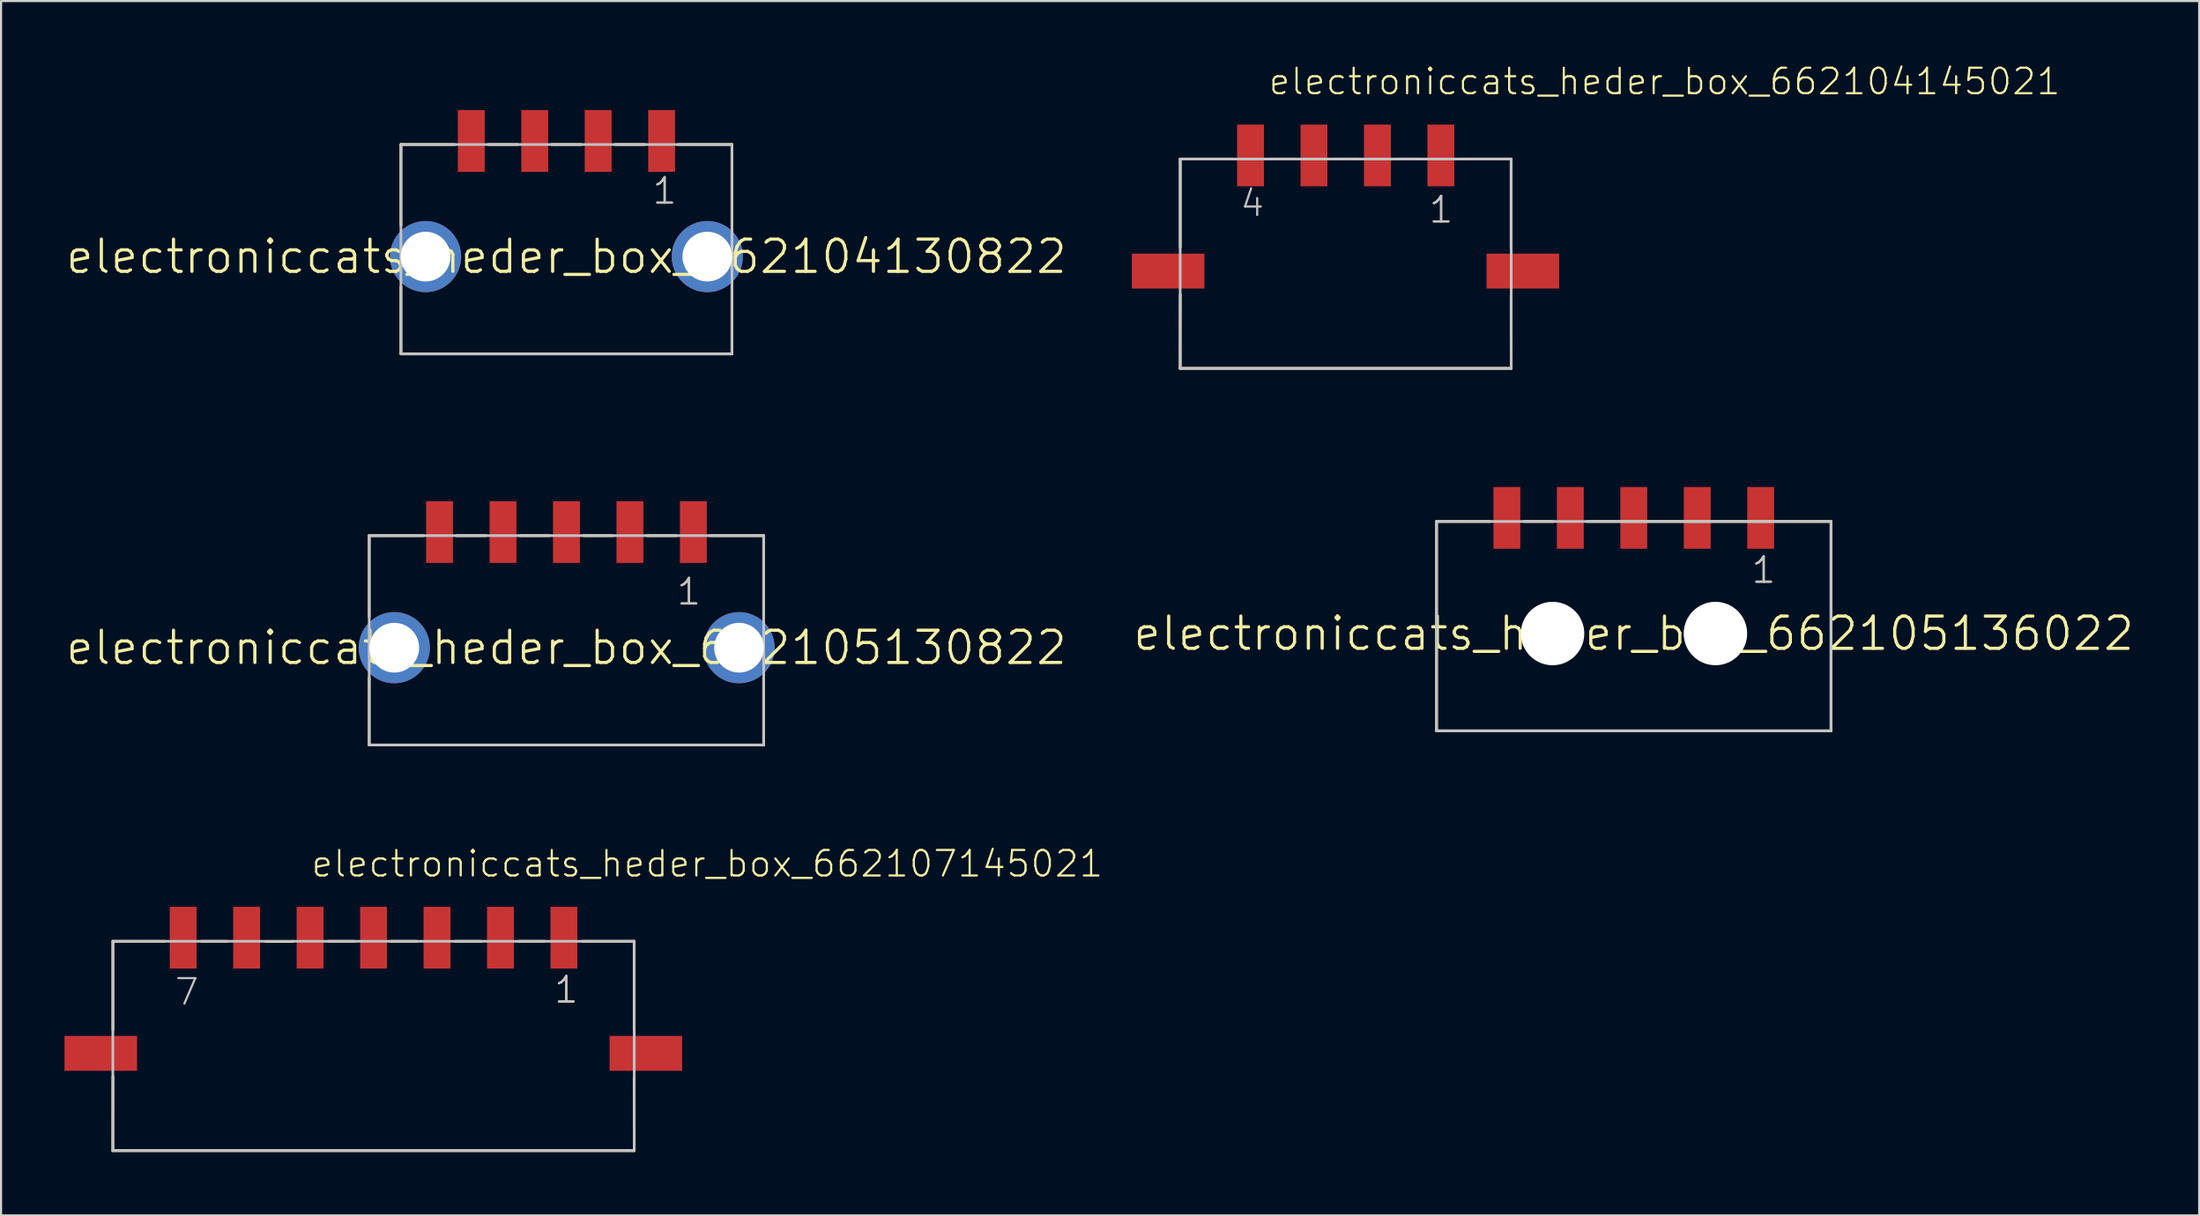
<source format=kicad_pcb>
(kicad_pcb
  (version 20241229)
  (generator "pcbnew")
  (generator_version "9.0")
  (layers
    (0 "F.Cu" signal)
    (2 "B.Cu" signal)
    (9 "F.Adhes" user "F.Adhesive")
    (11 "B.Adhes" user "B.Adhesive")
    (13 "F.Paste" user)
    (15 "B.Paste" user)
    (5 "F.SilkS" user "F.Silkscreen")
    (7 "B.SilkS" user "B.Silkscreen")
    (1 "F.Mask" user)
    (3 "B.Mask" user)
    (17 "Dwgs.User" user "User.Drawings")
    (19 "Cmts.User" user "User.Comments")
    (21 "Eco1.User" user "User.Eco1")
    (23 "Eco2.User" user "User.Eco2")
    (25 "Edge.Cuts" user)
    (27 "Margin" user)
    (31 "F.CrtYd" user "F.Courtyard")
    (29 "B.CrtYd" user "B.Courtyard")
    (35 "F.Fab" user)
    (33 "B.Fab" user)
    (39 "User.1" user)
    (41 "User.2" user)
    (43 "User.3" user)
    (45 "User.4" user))
  (footprint "electroniccats_heder_box_662105136022"
    (layer "F.Cu")
    (at 74.193 26.911)
    (property "Reference" "electroniccats_heder_box_662105136022" (at 0 0 0) (layer "F.SilkS") (effects (font (size 1.524 1.524) (thickness 0.15))))
    (attr through_hole)
    (fp_line (start -9.33 4.56) (end -9.325 4.56) (stroke (width 0.127) (type solid)) (layer "F.SilkS"))
    (fp_line (start -9.325 -5.3) (end -9.325 4.6) (stroke (width 0.127) (type solid)) (layer "F.SilkS"))
    (fp_line (start -9.325 4.6) (end 9.325 4.6) (stroke (width 0.127) (type solid)) (layer "F.SilkS"))
    (fp_line (start -6.78 -5.3) (end -9.325 -5.3) (stroke (width 0.127) (type solid)) (layer "F.SilkS"))
    (fp_line (start -5.2 -5.3) (end -3.8 -5.3) (stroke (width 0.127) (type solid)) (layer "F.SilkS"))
    (fp_line (start 9.325 -5.3) (end -2.22 -5.3) (stroke (width 0.127) (type solid)) (layer "F.SilkS"))
    (fp_line (start 9.325 4.6) (end 9.325 -5.3) (stroke (width 0.127) (type solid)) (layer "F.SilkS"))
    (fp_line (start -9.325 -5.3) (end 9.325 -5.3) (stroke (width 0.127) (type solid)) (layer "Dwgs.User"))
    (fp_line (start -9.325 4.56) (end -9.325 -5.3) (stroke (width 0.127) (type solid)) (layer "Dwgs.User"))
    (fp_line (start -9.325 4.6) (end 9.325 4.6) (stroke (width 0.127) (type solid)) (layer "Dwgs.User"))
    (fp_line (start 9.325 -5.3) (end 9.325 4.6) (stroke (width 0.127) (type solid)) (layer "Dwgs.User"))
    (fp_text user "" (at -1.36 6.36 0) (layer "F.SilkS") (effects (font (size 1.206 1.206) (thickness 0.102)) (justify left bottom)))
    (fp_text user "1" (at 5.5 -2.3 0) (layer "F.SilkS") (effects (font (size 1.206 1.206) (thickness 0.102)) (justify left bottom)))
    (fp_text user "" (at -3.56 -8.11 0) (layer "F.SilkS") (effects (font (size 1.206 1.206) (thickness 0.102)) (justify left bottom)))
    (fp_text user "1" (at 5.5 -2.3 0) (layer "Dwgs.User") (effects (font (size 1.206 1.206) (thickness 0.102)) (justify left bottom)))
    (pad "" np_thru_hole circle (at -3.84 0) (size 3 3) (drill 3) (layers "*.Cu"))
    (pad "" np_thru_hole circle (at 3.86 0) (size 3 3) (drill 3) (layers "*.Cu"))
    (pad "1" smd rect (at 6 -5.47 90) (size 2.92 1.27) (layers "F.Cu" "F.Mask" "F.Paste"))
    (pad "2" smd rect (at 3 -5.47 90) (size 2.92 1.27) (layers "F.Cu" "F.Mask" "F.Paste"))
    (pad "3" smd rect (at 0 -5.47 90) (size 2.92 1.27) (layers "F.Cu" "F.Mask" "F.Paste"))
    (pad "4" smd rect (at -3 -5.47 90) (size 2.92 1.27) (layers "F.Cu" "F.Mask" "F.Paste"))
    (pad "5" smd rect (at -6 -5.47 90) (size 2.92 1.27) (layers "F.Cu" "F.Mask" "F.Paste")))
  (footprint "electroniccats_heder_box_662104130822"
    (layer "F.Cu")
    (at 23.731 9.085)
    (property "Reference" "electroniccats_heder_box_662104130822" (at 0 0 0) (layer "F.SilkS") (effects (font (size 1.524 1.524) (thickness 0.15))))
    (attr through_hole)
    (fp_line (start -7.83 4.56) (end -7.825 4.56) (stroke (width 0.127) (type solid)) (layer "F.SilkS"))
    (fp_line (start -7.825 -1.47) (end -7.825 -5.3) (stroke (width 0.127) (type solid)) (layer "F.SilkS"))
    (fp_line (start -7.825 1.43) (end -7.825 4.6) (stroke (width 0.127) (type solid)) (layer "F.SilkS"))
    (fp_line (start -7.825 4.6) (end 7.825 4.6) (stroke (width 0.127) (type solid)) (layer "F.SilkS"))
    (fp_line (start -5.28 -5.3) (end -7.825 -5.3) (stroke (width 0.127) (type solid)) (layer "F.SilkS"))
    (fp_line (start -3.7 -5.3) (end -2.3 -5.3) (stroke (width 0.127) (type solid)) (layer "F.SilkS"))
    (fp_line (start -0.7 -5.3) (end 0.7 -5.3) (stroke (width 0.127) (type solid)) (layer "F.SilkS"))
    (fp_line (start 2.3 -5.3) (end 3.7 -5.3) (stroke (width 0.127) (type solid)) (layer "F.SilkS"))
    (fp_line (start 7.825 -5.3) (end 5.28 -5.3) (stroke (width 0.127) (type solid)) (layer "F.SilkS"))
    (fp_line (start 7.825 -1.47) (end 7.825 -5.3) (stroke (width 0.127) (type solid)) (layer "F.SilkS"))
    (fp_line (start 7.825 1.43) (end 7.825 4.6) (stroke (width 0.127) (type solid)) (layer "F.SilkS"))
    (fp_line (start -7.825 -5.3) (end 7.825 -5.3) (stroke (width 0.127) (type solid)) (layer "Dwgs.User"))
    (fp_line (start -7.825 4.56) (end -7.825 -5.3) (stroke (width 0.127) (type solid)) (layer "Dwgs.User"))
    (fp_line (start -7.825 4.6) (end 7.825 4.6) (stroke (width 0.127) (type solid)) (layer "Dwgs.User"))
    (fp_line (start 7.825 -5.3) (end 7.825 4.6) (stroke (width 0.127) (type solid)) (layer "Dwgs.User"))
    (fp_text user "" (at -3.23 -8.78 0) (layer "F.SilkS") (effects (font (size 1.206 1.206) (thickness 0.102)) (justify left bottom)))
    (fp_text user "" (at -3.67 6.36 0) (layer "F.SilkS") (effects (font (size 1.206 1.206) (thickness 0.102)) (justify left bottom)))
    (fp_text user "1" (at 4 -2.4 0) (layer "F.SilkS") (effects (font (size 1.206 1.206) (thickness 0.102)) (justify left bottom)))
    (fp_text user "1" (at 4 -2.4 0) (layer "Dwgs.User") (effects (font (size 1.206 1.206) (thickness 0.102)) (justify left bottom)))
    (pad "1" smd rect (at 4.5 -5.47 90) (size 2.92 1.27) (layers "F.Cu" "F.Mask" "F.Paste"))
    (pad "2" smd rect (at 1.5 -5.47 90) (size 2.92 1.27) (layers "F.Cu" "F.Mask" "F.Paste"))
    (pad "3" smd rect (at -1.5 -5.47 90) (size 2.92 1.27) (layers "F.Cu" "F.Mask" "F.Paste"))
    (pad "4" smd rect (at -4.5 -5.47 90) (size 2.92 1.27) (layers "F.Cu" "F.Mask" "F.Paste"))
    (pad "Z1" thru_hole circle (at -6.66 0) (size 3.366 3.366) (drill 2.35) (layers "*.Cu" "*.Mask"))
    (pad "Z2" thru_hole circle (at 6.66 0) (size 3.366 3.366) (drill 2.35) (layers "*.Cu" "*.Mask")))
  (footprint "electroniccats_heder_box_662104145021"
    (layer "F.Cu")
    (at 60.572 9.771)
    (property "Reference" "electroniccats_heder_box_662104145021" (at -3.71 -8.26 0) (layer "F.SilkS") (effects (font (size 1.206 1.206) (thickness 0.102)) (justify left bottom)))
    (attr through_hole)
    (fp_line (start -7.825 4.6) (end 7.825 4.6) (stroke (width 0.127) (type solid)) (layer "F.SilkS"))
    (fp_line (start -7.82 -5.3) (end -7.82 -1.13) (stroke (width 0.127) (type solid)) (layer "F.SilkS"))
    (fp_line (start -7.82 1.11) (end -7.825 4.6) (stroke (width 0.127) (type solid)) (layer "F.SilkS"))
    (fp_line (start -5.33 -5.3) (end -7.82 -5.3) (stroke (width 0.127) (type solid)) (layer "F.SilkS"))
    (fp_line (start -3.59 -5.3) (end -2.36 -5.3) (stroke (width 0.127) (type solid)) (layer "F.SilkS"))
    (fp_line (start -0.6 -5.3) (end 0.63 -5.3) (stroke (width 0.127) (type solid)) (layer "F.SilkS"))
    (fp_line (start 2.35 -5.3) (end 3.58 -5.3) (stroke (width 0.127) (type solid)) (layer "F.SilkS"))
    (fp_line (start 5.38 -5.3) (end 7.82 -5.3) (stroke (width 0.127) (type solid)) (layer "F.SilkS"))
    (fp_line (start 7.82 -5.3) (end 7.82 -1.08) (stroke (width 0.127) (type solid)) (layer "F.SilkS"))
    (fp_line (start 7.825 4.6) (end 7.82 1.16) (stroke (width 0.127) (type solid)) (layer "F.SilkS"))
    (fp_line (start -7.825 -5.3) (end 7.825 -5.3) (stroke (width 0.127) (type solid)) (layer "Dwgs.User"))
    (fp_line (start -7.825 4.6) (end -7.825 -5.3) (stroke (width 0.127) (type solid)) (layer "Dwgs.User"))
    (fp_line (start 7.825 -5.3) (end 7.825 4.6) (stroke (width 0.127) (type solid)) (layer "Dwgs.User"))
    (fp_line (start 7.825 4.6) (end -7.825 4.6) (stroke (width 0.127) (type solid)) (layer "Dwgs.User"))
    (fp_text user "1" (at 3.87 -2.2 0) (layer "F.SilkS") (effects (font (size 1.206 1.206) (thickness 0.102)) (justify left bottom)))
    (fp_text user "1" (at 3.87 -2.2 0) (layer "Dwgs.User") (effects (font (size 1.206 1.206) (thickness 0.102)) (justify left bottom)))
    (fp_text user "4" (at -5.055 -2.5 0) (layer "Dwgs.User") (effects (font (size 1.206 1.206) (thickness 0.102)) (justify left bottom)))
    (pad "1" smd rect (at 4.5 -5.47 90) (size 2.92 1.27) (layers "F.Cu" "F.Mask" "F.Paste"))
    (pad "2" smd rect (at 1.5 -5.47 90) (size 2.92 1.27) (layers "F.Cu" "F.Mask" "F.Paste"))
    (pad "3" smd rect (at -1.5 -5.47 90) (size 2.92 1.27) (layers "F.Cu" "F.Mask" "F.Paste"))
    (pad "4" smd rect (at -4.5 -5.47 90) (size 2.92 1.27) (layers "F.Cu" "F.Mask" "F.Paste"))
    (pad "M1" smd rect (at 8.375 0) (size 3.43 1.65) (layers "F.Cu" "F.Mask" "F.Paste"))
    (pad "M2" smd rect (at -8.395 0) (size 3.43 1.65) (layers "F.Cu" "F.Mask" "F.Paste")))
  (footprint "electroniccats_heder_box_662107145021"
    (layer "F.Cu")
    (at 14.61 46.765)
    (property "Reference" "electroniccats_heder_box_662107145021" (at -3.01 -8.26 0) (layer "F.SilkS") (effects (font (size 1.206 1.206) (thickness 0.102)) (justify left bottom)))
    (attr through_hole)
    (fp_line (start -12.325 4.6) (end 12.325 4.6) (stroke (width 0.127) (type solid)) (layer "F.SilkS"))
    (fp_line (start -12.32 -5.3) (end -12.32 -1.11) (stroke (width 0.127) (type solid)) (layer "F.SilkS"))
    (fp_line (start -12.32 1.09) (end -12.325 4.6) (stroke (width 0.127) (type solid)) (layer "F.SilkS"))
    (fp_line (start -9.86 -5.3) (end -12.32 -5.3) (stroke (width 0.127) (type solid)) (layer "F.SilkS"))
    (fp_line (start -8.13 -5.3) (end -6.91 -5.3) (stroke (width 0.127) (type solid)) (layer "F.SilkS"))
    (fp_line (start -5.09 -5.29) (end -3.82 -5.29) (stroke (width 0.127) (type solid)) (layer "F.SilkS"))
    (fp_line (start -3.82 -5.29) (end -3.82 -5.3) (stroke (width 0.127) (type solid)) (layer "F.SilkS"))
    (fp_line (start -2.14 -5.3) (end -0.92 -5.3) (stroke (width 0.127) (type solid)) (layer "F.SilkS"))
    (fp_line (start 0.81 -5.3) (end 2.03 -5.3) (stroke (width 0.127) (type solid)) (layer "F.SilkS"))
    (fp_line (start 3.85 -5.3) (end 5.07 -5.3) (stroke (width 0.127) (type solid)) (layer "F.SilkS"))
    (fp_line (start 6.86 -5.3) (end 8.08 -5.3) (stroke (width 0.127) (type solid)) (layer "F.SilkS"))
    (fp_line (start 9.88 -5.3) (end 12.32 -5.3) (stroke (width 0.127) (type solid)) (layer "F.SilkS"))
    (fp_line (start 12.32 -5.3) (end 12.32 -1.11) (stroke (width 0.127) (type solid)) (layer "F.SilkS"))
    (fp_line (start 12.325 4.6) (end 12.32 1.18) (stroke (width 0.127) (type solid)) (layer "F.SilkS"))
    (fp_line (start -12.325 -5.3) (end 12.325 -5.3) (stroke (width 0.127) (type solid)) (layer "Dwgs.User"))
    (fp_line (start -12.325 4.6) (end -12.325 -5.3) (stroke (width 0.127) (type solid)) (layer "Dwgs.User"))
    (fp_line (start 12.325 -5.3) (end 12.325 4.6) (stroke (width 0.127) (type solid)) (layer "Dwgs.User"))
    (fp_line (start 12.325 4.6) (end -12.325 4.6) (stroke (width 0.127) (type solid)) (layer "Dwgs.User"))
    (fp_text user "1" (at 8.47 -2.3 0) (layer "F.SilkS") (effects (font (size 1.206 1.206) (thickness 0.102)) (justify left bottom)))
    (fp_text user "7" (at -9.47 -2.2 0) (layer "Dwgs.User") (effects (font (size 1.206 1.206) (thickness 0.102)) (justify left bottom)))
    (fp_text user "1" (at 8.47 -2.3 0) (layer "Dwgs.User") (effects (font (size 1.206 1.206) (thickness 0.102)) (justify left bottom)))
    (pad "1" smd rect (at 9 -5.47 90) (size 2.92 1.27) (layers "F.Cu" "F.Mask" "F.Paste"))
    (pad "2" smd rect (at 6 -5.47 90) (size 2.92 1.27) (layers "F.Cu" "F.Mask" "F.Paste"))
    (pad "3" smd rect (at 3 -5.47 90) (size 2.92 1.27) (layers "F.Cu" "F.Mask" "F.Paste"))
    (pad "4" smd rect (at 0 -5.47 90) (size 2.92 1.27) (layers "F.Cu" "F.Mask" "F.Paste"))
    (pad "5" smd rect (at -3 -5.47 90) (size 2.92 1.27) (layers "F.Cu" "F.Mask" "F.Paste"))
    (pad "6" smd rect (at -6 -5.47 90) (size 2.92 1.27) (layers "F.Cu" "F.Mask" "F.Paste"))
    (pad "7" smd rect (at -9 -5.47 90) (size 2.92 1.27) (layers "F.Cu" "F.Mask" "F.Paste"))
    (pad "M1" smd rect (at 12.875 0) (size 3.43 1.65) (layers "F.Cu" "F.Mask" "F.Paste"))
    (pad "M2" smd rect (at -12.895 0) (size 3.43 1.65) (layers "F.Cu" "F.Mask" "F.Paste")))
  (footprint "electroniccats_heder_box_662105130822"
    (layer "F.Cu")
    (at 23.731 27.581)
    (property "Reference" "electroniccats_heder_box_662105130822" (at 0 0 0) (layer "F.SilkS") (effects (font (size 1.524 1.524) (thickness 0.15))))
    (attr through_hole)
    (fp_line (start -9.33 4.56) (end -9.325 4.56) (stroke (width 0.127) (type solid)) (layer "F.SilkS"))
    (fp_line (start -9.325 -1.47) (end -9.325 -5.3) (stroke (width 0.127) (type solid)) (layer "F.SilkS"))
    (fp_line (start -9.325 1.43) (end -9.325 4.6) (stroke (width 0.127) (type solid)) (layer "F.SilkS"))
    (fp_line (start -9.325 4.6) (end 9.325 4.6) (stroke (width 0.127) (type solid)) (layer "F.SilkS"))
    (fp_line (start -6.78 -5.3) (end -9.325 -5.3) (stroke (width 0.127) (type solid)) (layer "F.SilkS"))
    (fp_line (start -5.2 -5.3) (end -3.8 -5.3) (stroke (width 0.127) (type solid)) (layer "F.SilkS"))
    (fp_line (start -2.2 -5.3) (end -0.8 -5.3) (stroke (width 0.127) (type solid)) (layer "F.SilkS"))
    (fp_line (start 0.8 -5.3) (end 2.2 -5.3) (stroke (width 0.127) (type solid)) (layer "F.SilkS"))
    (fp_line (start 3.8 -5.3) (end 5.2 -5.3) (stroke (width 0.127) (type solid)) (layer "F.SilkS"))
    (fp_line (start 9.325 -5.3) (end 6.78 -5.3) (stroke (width 0.127) (type solid)) (layer "F.SilkS"))
    (fp_line (start 9.325 -1.47) (end 9.325 -5.3) (stroke (width 0.127) (type solid)) (layer "F.SilkS"))
    (fp_line (start 9.325 1.43) (end 9.325 4.6) (stroke (width 0.127) (type solid)) (layer "F.SilkS"))
    (fp_line (start -9.325 -5.3) (end 9.325 -5.3) (stroke (width 0.127) (type solid)) (layer "Dwgs.User"))
    (fp_line (start -9.325 4.56) (end -9.325 -5.3) (stroke (width 0.127) (type solid)) (layer "Dwgs.User"))
    (fp_line (start -9.325 4.6) (end 9.325 4.6) (stroke (width 0.127) (type solid)) (layer "Dwgs.User"))
    (fp_line (start 9.325 -5.3) (end 9.325 4.6) (stroke (width 0.127) (type solid)) (layer "Dwgs.User"))
    (fp_text user "" (at -2.63 6.36 0) (layer "F.SilkS") (effects (font (size 1.206 1.206) (thickness 0.102)) (justify left bottom)))
    (fp_text user "1" (at 5.15 -1.94 0) (layer "F.SilkS") (effects (font (size 1.206 1.206) (thickness 0.102)) (justify left bottom)))
    (fp_text user "" (at -3.46 -8.78 0) (layer "F.SilkS") (effects (font (size 1.206 1.206) (thickness 0.102)) (justify left bottom)))
    (fp_text user "1" (at 5.15 -1.94 0) (layer "Dwgs.User") (effects (font (size 1.206 1.206) (thickness 0.102)) (justify left bottom)))
    (pad "1" smd rect (at 6 -5.47 90) (size 2.92 1.27) (layers "F.Cu" "F.Mask" "F.Paste"))
    (pad "2" smd rect (at 3 -5.47 90) (size 2.92 1.27) (layers "F.Cu" "F.Mask" "F.Paste"))
    (pad "3" smd rect (at 0 -5.47 90) (size 2.92 1.27) (layers "F.Cu" "F.Mask" "F.Paste"))
    (pad "4" smd rect (at -3 -5.47 90) (size 2.92 1.27) (layers "F.Cu" "F.Mask" "F.Paste"))
    (pad "5" smd rect (at -6 -5.47 90) (size 2.92 1.27) (layers "F.Cu" "F.Mask" "F.Paste"))
    (pad "Z1" thru_hole circle (at -8.14 0) (size 3.366 3.366) (drill 2.35) (layers "*.Cu" "*.Mask"))
    (pad "Z2" thru_hole circle (at 8.16 0) (size 3.366 3.366) (drill 2.35) (layers "*.Cu" "*.Mask")))
  (gr_rect
    (start -3 -3)
    (end 100.924 54.428)
    (stroke (width 0.1) (type default))
    (fill no)
    (layer "Edge.Cuts")))
</source>
